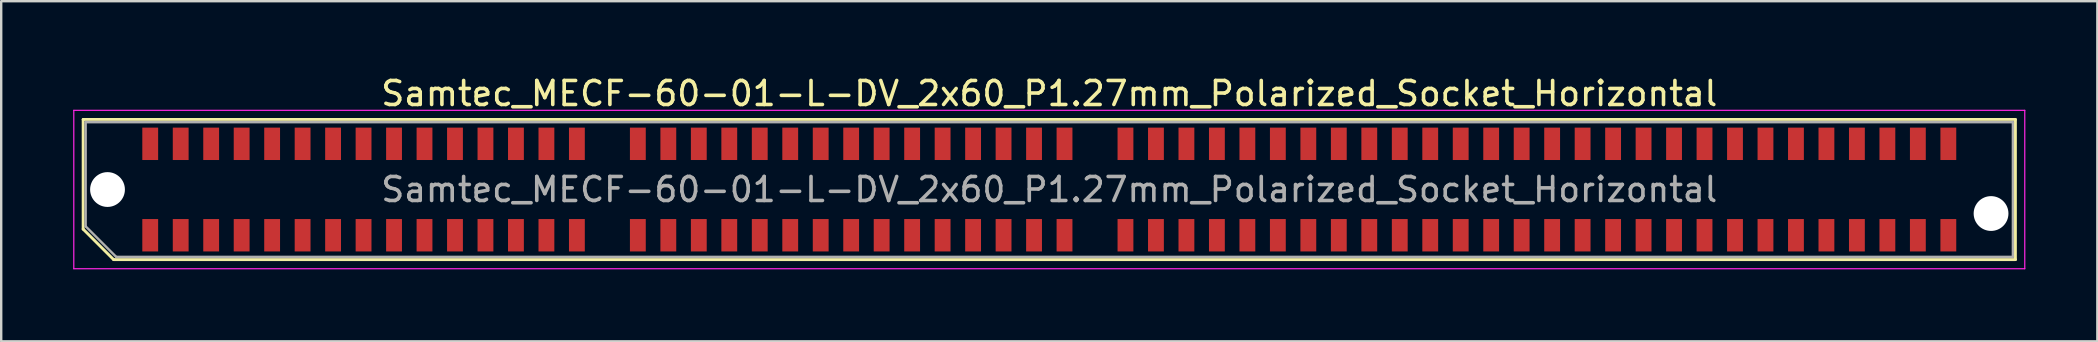
<source format=kicad_pcb>
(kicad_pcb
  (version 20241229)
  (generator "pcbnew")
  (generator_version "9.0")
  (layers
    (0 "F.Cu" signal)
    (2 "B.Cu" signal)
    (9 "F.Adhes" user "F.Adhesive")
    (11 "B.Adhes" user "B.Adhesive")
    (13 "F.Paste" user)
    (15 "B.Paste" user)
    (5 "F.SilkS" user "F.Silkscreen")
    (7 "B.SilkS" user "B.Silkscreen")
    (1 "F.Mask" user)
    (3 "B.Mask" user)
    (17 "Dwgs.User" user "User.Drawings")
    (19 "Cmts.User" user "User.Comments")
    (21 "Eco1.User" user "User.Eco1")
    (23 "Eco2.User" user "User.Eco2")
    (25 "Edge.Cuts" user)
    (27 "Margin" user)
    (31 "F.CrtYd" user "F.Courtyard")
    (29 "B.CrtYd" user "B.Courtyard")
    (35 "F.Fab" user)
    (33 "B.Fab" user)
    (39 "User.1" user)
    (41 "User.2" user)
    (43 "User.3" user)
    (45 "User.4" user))
  (footprint "Samtec_MECF-60-01-L-DV_2x60_P1.27mm_Polarized_Socket_Horizontal"
    (layer "F.Cu")
    (at 40.675 4.848)
    (property "Reference" "Samtec_MECF-60-01-L-DV_2x60_P1.27mm_Polarized_Socket_Horizontal" (at 0 -4 0) (layer "F.SilkS") (effects (font (size 1 1) (thickness 0.15))))
    (attr smd)
    (fp_line (start -40.26 -2.92) (end 40.26 -2.92) (stroke (width 0.12) (type solid)) (layer "F.SilkS"))
    (fp_line (start -40.26 1.65) (end -40.26 -2.92) (stroke (width 0.12) (type solid)) (layer "F.SilkS"))
    (fp_line (start -38.99 2.92) (end -40.26 1.65) (stroke (width 0.12) (type solid)) (layer "F.SilkS"))
    (fp_line (start -38.99 2.92) (end 40.26 2.92) (stroke (width 0.12) (type solid)) (layer "F.SilkS"))
    (fp_line (start 40.26 2.92) (end 40.26 -2.92) (stroke (width 0.12) (type solid)) (layer "F.SilkS"))
    (fp_line (start -40.65 -3.3) (end -40.65 3.3) (stroke (width 0.05) (type solid)) (layer "F.CrtYd"))
    (fp_line (start -40.65 3.3) (end 40.65 3.3) (stroke (width 0.05) (type solid)) (layer "F.CrtYd"))
    (fp_line (start 40.65 -3.3) (end -40.65 -3.3) (stroke (width 0.05) (type solid)) (layer "F.CrtYd"))
    (fp_line (start 40.65 3.3) (end 40.65 -3.3) (stroke (width 0.05) (type solid)) (layer "F.CrtYd"))
    (fp_line (start -40.155 -2.805) (end 40.155 -2.805) (stroke (width 0.1) (type solid)) (layer "F.Fab"))
    (fp_line (start -40.155 1.535) (end -40.155 -2.805) (stroke (width 0.1) (type solid)) (layer "F.Fab"))
    (fp_line (start -40.155 1.535) (end -38.885 2.805) (stroke (width 0.1) (type solid)) (layer "F.Fab"))
    (fp_line (start -38.885 2.805) (end 40.155 2.805) (stroke (width 0.1) (type solid)) (layer "F.Fab"))
    (fp_line (start 40.155 2.805) (end 40.155 -2.805) (stroke (width 0.1) (type solid)) (layer "F.Fab"))
    (fp_text user "${REFERENCE}" (at 0 0 0) (layer "F.Fab") (effects (font (size 1 1) (thickness 0.15))))
    (pad "" np_thru_hole circle (at -39.245 0) (size 1.45 1.45) (drill 1.45) (layers "*.Cu" "*.Mask"))
    (pad "" np_thru_hole circle (at 39.245 1) (size 1.45 1.45) (drill 1.45) (layers "*.Cu" "*.Mask"))
    (pad "1" smd rect (at -37.465 1.905) (size 0.66 1.35) (layers "F.Cu" "F.Mask" "F.Paste"))
    (pad "2" smd rect (at -37.465 -1.905) (size 0.66 1.35) (layers "F.Cu" "F.Mask" "F.Paste"))
    (pad "3" smd rect (at -36.195 1.905) (size 0.66 1.35) (layers "F.Cu" "F.Mask" "F.Paste"))
    (pad "4" smd rect (at -36.195 -1.905) (size 0.66 1.35) (layers "F.Cu" "F.Mask" "F.Paste"))
    (pad "5" smd rect (at -34.925 1.905) (size 0.66 1.35) (layers "F.Cu" "F.Mask" "F.Paste"))
    (pad "6" smd rect (at -34.925 -1.905) (size 0.66 1.35) (layers "F.Cu" "F.Mask" "F.Paste"))
    (pad "7" smd rect (at -33.655 1.905) (size 0.66 1.35) (layers "F.Cu" "F.Mask" "F.Paste"))
    (pad "8" smd rect (at -33.655 -1.905) (size 0.66 1.35) (layers "F.Cu" "F.Mask" "F.Paste"))
    (pad "9" smd rect (at -32.385 1.905) (size 0.66 1.35) (layers "F.Cu" "F.Mask" "F.Paste"))
    (pad "10" smd rect (at -32.385 -1.905) (size 0.66 1.35) (layers "F.Cu" "F.Mask" "F.Paste"))
    (pad "11" smd rect (at -31.115 1.905) (size 0.66 1.35) (layers "F.Cu" "F.Mask" "F.Paste"))
    (pad "12" smd rect (at -31.115 -1.905) (size 0.66 1.35) (layers "F.Cu" "F.Mask" "F.Paste"))
    (pad "13" smd rect (at -29.845 1.905) (size 0.66 1.35) (layers "F.Cu" "F.Mask" "F.Paste"))
    (pad "14" smd rect (at -29.845 -1.905) (size 0.66 1.35) (layers "F.Cu" "F.Mask" "F.Paste"))
    (pad "15" smd rect (at -28.575 1.905) (size 0.66 1.35) (layers "F.Cu" "F.Mask" "F.Paste"))
    (pad "16" smd rect (at -28.575 -1.905) (size 0.66 1.35) (layers "F.Cu" "F.Mask" "F.Paste"))
    (pad "17" smd rect (at -27.305 1.905) (size 0.66 1.35) (layers "F.Cu" "F.Mask" "F.Paste"))
    (pad "18" smd rect (at -27.305 -1.905) (size 0.66 1.35) (layers "F.Cu" "F.Mask" "F.Paste"))
    (pad "19" smd rect (at -26.035 1.905) (size 0.66 1.35) (layers "F.Cu" "F.Mask" "F.Paste"))
    (pad "20" smd rect (at -26.035 -1.905) (size 0.66 1.35) (layers "F.Cu" "F.Mask" "F.Paste"))
    (pad "21" smd rect (at -24.765 1.905) (size 0.66 1.35) (layers "F.Cu" "F.Mask" "F.Paste"))
    (pad "22" smd rect (at -24.765 -1.905) (size 0.66 1.35) (layers "F.Cu" "F.Mask" "F.Paste"))
    (pad "23" smd rect (at -23.495 1.905) (size 0.66 1.35) (layers "F.Cu" "F.Mask" "F.Paste"))
    (pad "24" smd rect (at -23.495 -1.905) (size 0.66 1.35) (layers "F.Cu" "F.Mask" "F.Paste"))
    (pad "25" smd rect (at -22.225 1.905) (size 0.66 1.35) (layers "F.Cu" "F.Mask" "F.Paste"))
    (pad "26" smd rect (at -22.225 -1.905) (size 0.66 1.35) (layers "F.Cu" "F.Mask" "F.Paste"))
    (pad "27" smd rect (at -20.955 1.905) (size 0.66 1.35) (layers "F.Cu" "F.Mask" "F.Paste"))
    (pad "28" smd rect (at -20.955 -1.905) (size 0.66 1.35) (layers "F.Cu" "F.Mask" "F.Paste"))
    (pad "29" smd rect (at -19.685 1.905) (size 0.66 1.35) (layers "F.Cu" "F.Mask" "F.Paste"))
    (pad "30" smd rect (at -19.685 -1.905) (size 0.66 1.35) (layers "F.Cu" "F.Mask" "F.Paste"))
    (pad "33" smd rect (at -17.145 1.905) (size 0.66 1.35) (layers "F.Cu" "F.Mask" "F.Paste"))
    (pad "34" smd rect (at -17.145 -1.905) (size 0.66 1.35) (layers "F.Cu" "F.Mask" "F.Paste"))
    (pad "35" smd rect (at -15.875 1.905) (size 0.66 1.35) (layers "F.Cu" "F.Mask" "F.Paste"))
    (pad "36" smd rect (at -15.875 -1.905) (size 0.66 1.35) (layers "F.Cu" "F.Mask" "F.Paste"))
    (pad "37" smd rect (at -14.605 1.905) (size 0.66 1.35) (layers "F.Cu" "F.Mask" "F.Paste"))
    (pad "38" smd rect (at -14.605 -1.905) (size 0.66 1.35) (layers "F.Cu" "F.Mask" "F.Paste"))
    (pad "39" smd rect (at -13.335 1.905) (size 0.66 1.35) (layers "F.Cu" "F.Mask" "F.Paste"))
    (pad "40" smd rect (at -13.335 -1.905) (size 0.66 1.35) (layers "F.Cu" "F.Mask" "F.Paste"))
    (pad "41" smd rect (at -12.065 1.905) (size 0.66 1.35) (layers "F.Cu" "F.Mask" "F.Paste"))
    (pad "42" smd rect (at -12.065 -1.905) (size 0.66 1.35) (layers "F.Cu" "F.Mask" "F.Paste"))
    (pad "43" smd rect (at -10.795 1.905) (size 0.66 1.35) (layers "F.Cu" "F.Mask" "F.Paste"))
    (pad "44" smd rect (at -10.795 -1.905) (size 0.66 1.35) (layers "F.Cu" "F.Mask" "F.Paste"))
    (pad "45" smd rect (at -9.525 1.905) (size 0.66 1.35) (layers "F.Cu" "F.Mask" "F.Paste"))
    (pad "46" smd rect (at -9.525 -1.905) (size 0.66 1.35) (layers "F.Cu" "F.Mask" "F.Paste"))
    (pad "47" smd rect (at -8.255 1.905) (size 0.66 1.35) (layers "F.Cu" "F.Mask" "F.Paste"))
    (pad "48" smd rect (at -8.255 -1.905) (size 0.66 1.35) (layers "F.Cu" "F.Mask" "F.Paste"))
    (pad "49" smd rect (at -6.985 1.905) (size 0.66 1.35) (layers "F.Cu" "F.Mask" "F.Paste"))
    (pad "50" smd rect (at -6.985 -1.905) (size 0.66 1.35) (layers "F.Cu" "F.Mask" "F.Paste"))
    (pad "51" smd rect (at -5.715 1.905) (size 0.66 1.35) (layers "F.Cu" "F.Mask" "F.Paste"))
    (pad "52" smd rect (at -5.715 -1.905) (size 0.66 1.35) (layers "F.Cu" "F.Mask" "F.Paste"))
    (pad "53" smd rect (at -4.445 1.905) (size 0.66 1.35) (layers "F.Cu" "F.Mask" "F.Paste"))
    (pad "54" smd rect (at -4.445 -1.905) (size 0.66 1.35) (layers "F.Cu" "F.Mask" "F.Paste"))
    (pad "55" smd rect (at -3.175 1.905) (size 0.66 1.35) (layers "F.Cu" "F.Mask" "F.Paste"))
    (pad "56" smd rect (at -3.175 -1.905) (size 0.66 1.35) (layers "F.Cu" "F.Mask" "F.Paste"))
    (pad "57" smd rect (at -1.905 1.905) (size 0.66 1.35) (layers "F.Cu" "F.Mask" "F.Paste"))
    (pad "58" smd rect (at -1.905 -1.905) (size 0.66 1.35) (layers "F.Cu" "F.Mask" "F.Paste"))
    (pad "59" smd rect (at -0.635 1.905) (size 0.66 1.35) (layers "F.Cu" "F.Mask" "F.Paste"))
    (pad "60" smd rect (at -0.635 -1.905) (size 0.66 1.35) (layers "F.Cu" "F.Mask" "F.Paste"))
    (pad "61" smd rect (at 0.635 1.905) (size 0.66 1.35) (layers "F.Cu" "F.Mask" "F.Paste"))
    (pad "62" smd rect (at 0.635 -1.905) (size 0.66 1.35) (layers "F.Cu" "F.Mask" "F.Paste"))
    (pad "65" smd rect (at 3.175 1.905) (size 0.66 1.35) (layers "F.Cu" "F.Mask" "F.Paste"))
    (pad "66" smd rect (at 3.175 -1.905) (size 0.66 1.35) (layers "F.Cu" "F.Mask" "F.Paste"))
    (pad "67" smd rect (at 4.445 1.905) (size 0.66 1.35) (layers "F.Cu" "F.Mask" "F.Paste"))
    (pad "68" smd rect (at 4.445 -1.905) (size 0.66 1.35) (layers "F.Cu" "F.Mask" "F.Paste"))
    (pad "69" smd rect (at 5.715 1.905) (size 0.66 1.35) (layers "F.Cu" "F.Mask" "F.Paste"))
    (pad "70" smd rect (at 5.715 -1.905) (size 0.66 1.35) (layers "F.Cu" "F.Mask" "F.Paste"))
    (pad "71" smd rect (at 6.985 1.905) (size 0.66 1.35) (layers "F.Cu" "F.Mask" "F.Paste"))
    (pad "72" smd rect (at 6.985 -1.905) (size 0.66 1.35) (layers "F.Cu" "F.Mask" "F.Paste"))
    (pad "73" smd rect (at 8.255 1.905) (size 0.66 1.35) (layers "F.Cu" "F.Mask" "F.Paste"))
    (pad "74" smd rect (at 8.255 -1.905) (size 0.66 1.35) (layers "F.Cu" "F.Mask" "F.Paste"))
    (pad "75" smd rect (at 9.525 1.905) (size 0.66 1.35) (layers "F.Cu" "F.Mask" "F.Paste"))
    (pad "76" smd rect (at 9.525 -1.905) (size 0.66 1.35) (layers "F.Cu" "F.Mask" "F.Paste"))
    (pad "77" smd rect (at 10.795 1.905) (size 0.66 1.35) (layers "F.Cu" "F.Mask" "F.Paste"))
    (pad "78" smd rect (at 10.795 -1.905) (size 0.66 1.35) (layers "F.Cu" "F.Mask" "F.Paste"))
    (pad "79" smd rect (at 12.065 1.905) (size 0.66 1.35) (layers "F.Cu" "F.Mask" "F.Paste"))
    (pad "80" smd rect (at 12.065 -1.905) (size 0.66 1.35) (layers "F.Cu" "F.Mask" "F.Paste"))
    (pad "81" smd rect (at 13.335 1.905) (size 0.66 1.35) (layers "F.Cu" "F.Mask" "F.Paste"))
    (pad "82" smd rect (at 13.335 -1.905) (size 0.66 1.35) (layers "F.Cu" "F.Mask" "F.Paste"))
    (pad "83" smd rect (at 14.605 1.905) (size 0.66 1.35) (layers "F.Cu" "F.Mask" "F.Paste"))
    (pad "84" smd rect (at 14.605 -1.905) (size 0.66 1.35) (layers "F.Cu" "F.Mask" "F.Paste"))
    (pad "85" smd rect (at 15.875 1.905) (size 0.66 1.35) (layers "F.Cu" "F.Mask" "F.Paste"))
    (pad "86" smd rect (at 15.875 -1.905) (size 0.66 1.35) (layers "F.Cu" "F.Mask" "F.Paste"))
    (pad "87" smd rect (at 17.145 1.905) (size 0.66 1.35) (layers "F.Cu" "F.Mask" "F.Paste"))
    (pad "88" smd rect (at 17.145 -1.905) (size 0.66 1.35) (layers "F.Cu" "F.Mask" "F.Paste"))
    (pad "89" smd rect (at 18.415 1.905) (size 0.66 1.35) (layers "F.Cu" "F.Mask" "F.Paste"))
    (pad "90" smd rect (at 18.415 -1.905) (size 0.66 1.35) (layers "F.Cu" "F.Mask" "F.Paste"))
    (pad "91" smd rect (at 19.685 1.905) (size 0.66 1.35) (layers "F.Cu" "F.Mask" "F.Paste"))
    (pad "92" smd rect (at 19.685 -1.905) (size 0.66 1.35) (layers "F.Cu" "F.Mask" "F.Paste"))
    (pad "93" smd rect (at 20.955 1.905) (size 0.66 1.35) (layers "F.Cu" "F.Mask" "F.Paste"))
    (pad "94" smd rect (at 20.955 -1.905) (size 0.66 1.35) (layers "F.Cu" "F.Mask" "F.Paste"))
    (pad "95" smd rect (at 22.225 1.905) (size 0.66 1.35) (layers "F.Cu" "F.Mask" "F.Paste"))
    (pad "96" smd rect (at 22.225 -1.905) (size 0.66 1.35) (layers "F.Cu" "F.Mask" "F.Paste"))
    (pad "97" smd rect (at 23.495 1.905) (size 0.66 1.35) (layers "F.Cu" "F.Mask" "F.Paste"))
    (pad "98" smd rect (at 23.495 -1.905) (size 0.66 1.35) (layers "F.Cu" "F.Mask" "F.Paste"))
    (pad "99" smd rect (at 24.765 1.905) (size 0.66 1.35) (layers "F.Cu" "F.Mask" "F.Paste"))
    (pad "100" smd rect (at 24.765 -1.905) (size 0.66 1.35) (layers "F.Cu" "F.Mask" "F.Paste"))
    (pad "101" smd rect (at 26.035 1.905) (size 0.66 1.35) (layers "F.Cu" "F.Mask" "F.Paste"))
    (pad "102" smd rect (at 26.035 -1.905) (size 0.66 1.35) (layers "F.Cu" "F.Mask" "F.Paste"))
    (pad "103" smd rect (at 27.305 1.905) (size 0.66 1.35) (layers "F.Cu" "F.Mask" "F.Paste"))
    (pad "104" smd rect (at 27.305 -1.905) (size 0.66 1.35) (layers "F.Cu" "F.Mask" "F.Paste"))
    (pad "105" smd rect (at 28.575 1.905) (size 0.66 1.35) (layers "F.Cu" "F.Mask" "F.Paste"))
    (pad "106" smd rect (at 28.575 -1.905) (size 0.66 1.35) (layers "F.Cu" "F.Mask" "F.Paste"))
    (pad "107" smd rect (at 29.845 1.905) (size 0.66 1.35) (layers "F.Cu" "F.Mask" "F.Paste"))
    (pad "108" smd rect (at 29.845 -1.905) (size 0.66 1.35) (layers "F.Cu" "F.Mask" "F.Paste"))
    (pad "109" smd rect (at 31.115 1.905) (size 0.66 1.35) (layers "F.Cu" "F.Mask" "F.Paste"))
    (pad "110" smd rect (at 31.115 -1.905) (size 0.66 1.35) (layers "F.Cu" "F.Mask" "F.Paste"))
    (pad "111" smd rect (at 32.385 1.905) (size 0.66 1.35) (layers "F.Cu" "F.Mask" "F.Paste"))
    (pad "112" smd rect (at 32.385 -1.905) (size 0.66 1.35) (layers "F.Cu" "F.Mask" "F.Paste"))
    (pad "113" smd rect (at 33.655 1.905) (size 0.66 1.35) (layers "F.Cu" "F.Mask" "F.Paste"))
    (pad "114" smd rect (at 33.655 -1.905) (size 0.66 1.35) (layers "F.Cu" "F.Mask" "F.Paste"))
    (pad "115" smd rect (at 34.925 1.905) (size 0.66 1.35) (layers "F.Cu" "F.Mask" "F.Paste"))
    (pad "116" smd rect (at 34.925 -1.905) (size 0.66 1.35) (layers "F.Cu" "F.Mask" "F.Paste"))
    (pad "117" smd rect (at 36.195 1.905) (size 0.66 1.35) (layers "F.Cu" "F.Mask" "F.Paste"))
    (pad "118" smd rect (at 36.195 -1.905) (size 0.66 1.35) (layers "F.Cu" "F.Mask" "F.Paste"))
    (pad "119" smd rect (at 37.465 1.905) (size 0.66 1.35) (layers "F.Cu" "F.Mask" "F.Paste"))
    (pad "120" smd rect (at 37.465 -1.905) (size 0.66 1.35) (layers "F.Cu" "F.Mask" "F.Paste")))
  (gr_rect
    (start -3 -3)
    (end 84.35 11.173)
    (stroke (width 0.1) (type default))
    (fill no)
    (layer "Edge.Cuts")))
</source>
